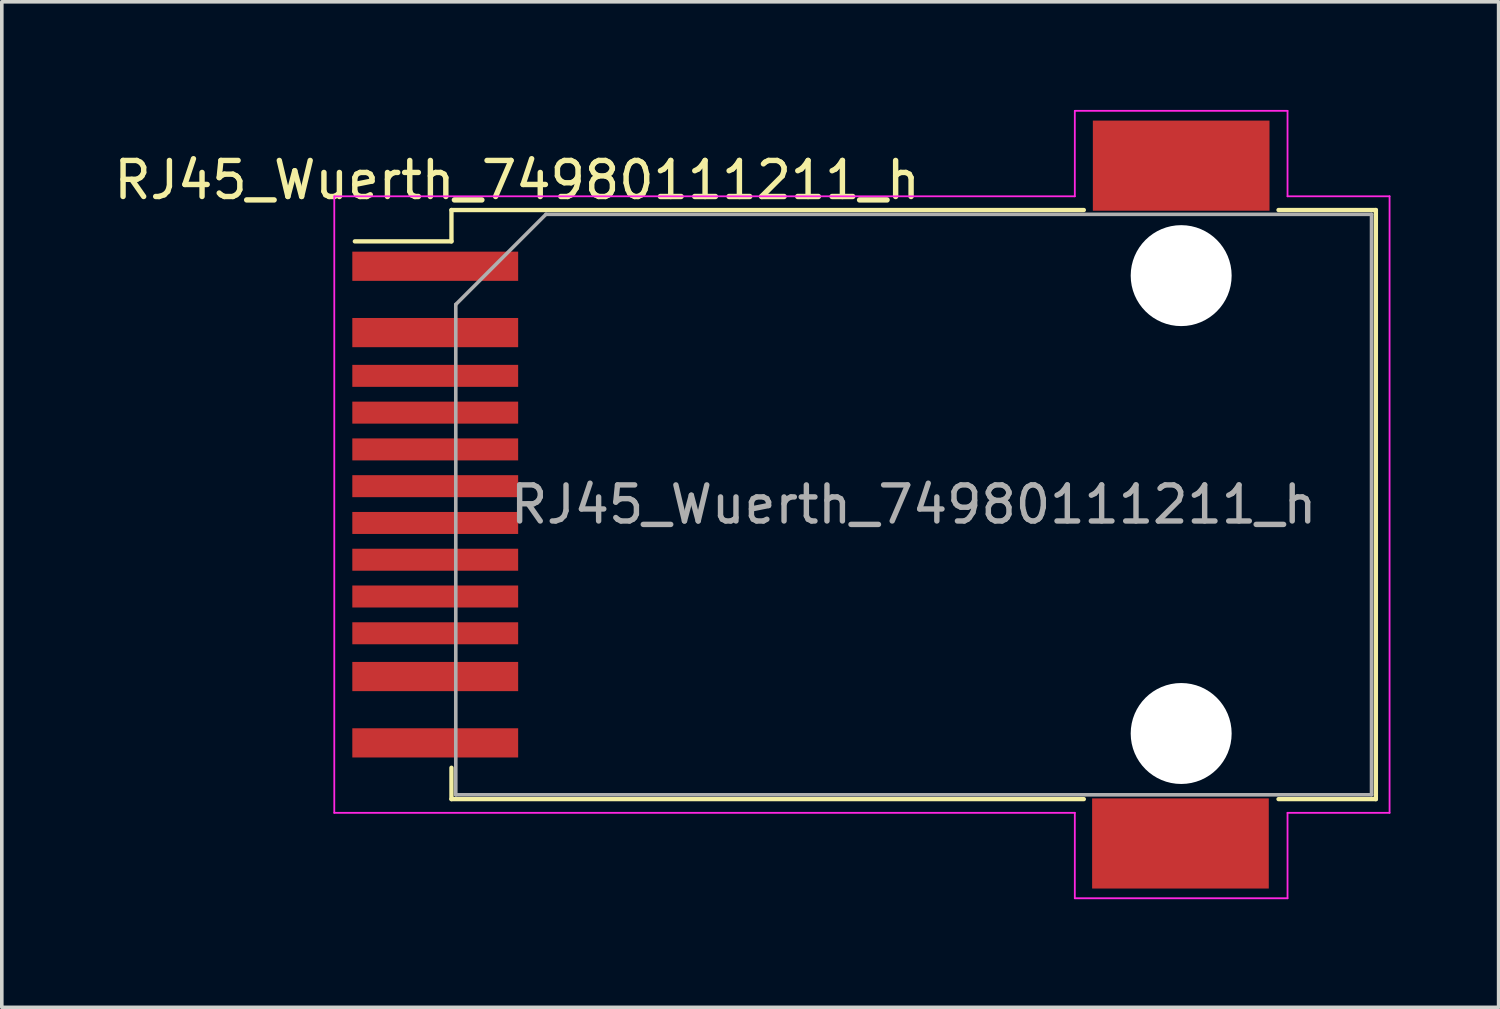
<source format=kicad_pcb>
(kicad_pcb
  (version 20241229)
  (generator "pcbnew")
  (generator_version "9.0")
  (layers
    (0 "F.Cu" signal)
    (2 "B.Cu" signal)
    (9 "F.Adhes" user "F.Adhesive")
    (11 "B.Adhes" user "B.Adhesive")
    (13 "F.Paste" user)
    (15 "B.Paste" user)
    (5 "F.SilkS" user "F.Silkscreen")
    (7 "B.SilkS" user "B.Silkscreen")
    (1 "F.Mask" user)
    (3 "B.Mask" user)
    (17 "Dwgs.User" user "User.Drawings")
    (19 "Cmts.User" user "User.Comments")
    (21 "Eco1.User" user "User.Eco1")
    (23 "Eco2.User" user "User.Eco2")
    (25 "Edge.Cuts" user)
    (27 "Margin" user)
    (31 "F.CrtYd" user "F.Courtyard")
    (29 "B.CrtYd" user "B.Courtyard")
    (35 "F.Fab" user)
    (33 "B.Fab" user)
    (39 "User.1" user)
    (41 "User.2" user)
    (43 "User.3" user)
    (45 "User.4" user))
  (footprint "RJ45_Wuerth_74980111211_h"
    (layer "F.Cu")
    (at 22.292 10.945)
    (property "Reference" "RJ45_Wuerth_74980111211_h" (at -11 -9 0) (layer "F.SilkS") (effects (font (size 1 1) (thickness 0.15))))
    (attr smd)
    (fp_line (start -12.82 -8.17) (end -12.82 -7.3) (stroke (width 0.12) (type solid)) (layer "F.SilkS"))
    (fp_line (start -12.82 -8.17) (end 4.72 -8.17) (stroke (width 0.12) (type solid)) (layer "F.SilkS"))
    (fp_line (start -12.82 -7.3) (end -15.5 -7.3) (stroke (width 0.12) (type solid)) (layer "F.SilkS"))
    (fp_line (start -12.82 8.17) (end -12.82 7.3) (stroke (width 0.12) (type solid)) (layer "F.SilkS"))
    (fp_line (start -12.82 8.17) (end 4.72 8.17) (stroke (width 0.12) (type solid)) (layer "F.SilkS"))
    (fp_line (start 12.82 -8.17) (end 10.12 -8.17) (stroke (width 0.12) (type solid)) (layer "F.SilkS"))
    (fp_line (start 12.82 -8.17) (end 12.82 8.17) (stroke (width 0.12) (type solid)) (layer "F.SilkS"))
    (fp_line (start 12.82 8.17) (end 10.12 8.17) (stroke (width 0.12) (type solid)) (layer "F.SilkS"))
    (fp_line (start -16.07 -8.55) (end -16.07 8.55) (stroke (width 0.05) (type solid)) (layer "F.CrtYd"))
    (fp_line (start -16.07 -8.55) (end 4.47 -8.55) (stroke (width 0.05) (type solid)) (layer "F.CrtYd"))
    (fp_line (start -16.07 8.55) (end 4.47 8.55) (stroke (width 0.05) (type solid)) (layer "F.CrtYd"))
    (fp_line (start 4.47 -10.92) (end 4.47 -8.55) (stroke (width 0.05) (type solid)) (layer "F.CrtYd"))
    (fp_line (start 4.47 -10.92) (end 10.37 -10.92) (stroke (width 0.05) (type solid)) (layer "F.CrtYd"))
    (fp_line (start 4.47 8.55) (end 4.47 10.92) (stroke (width 0.05) (type solid)) (layer "F.CrtYd"))
    (fp_line (start 4.47 10.92) (end 10.37 10.92) (stroke (width 0.05) (type solid)) (layer "F.CrtYd"))
    (fp_line (start 10.37 -10.92) (end 10.37 -8.55) (stroke (width 0.05) (type solid)) (layer "F.CrtYd"))
    (fp_line (start 10.37 8.55) (end 10.37 10.92) (stroke (width 0.05) (type solid)) (layer "F.CrtYd"))
    (fp_line (start 13.2 -8.55) (end 10.37 -8.55) (stroke (width 0.05) (type solid)) (layer "F.CrtYd"))
    (fp_line (start 13.2 -8.55) (end 13.2 8.55) (stroke (width 0.05) (type solid)) (layer "F.CrtYd"))
    (fp_line (start 13.2 8.55) (end 10.37 8.55) (stroke (width 0.05) (type solid)) (layer "F.CrtYd"))
    (fp_line (start -12.7 -5.55) (end -12.7 8.05) (stroke (width 0.1) (type solid)) (layer "F.Fab"))
    (fp_line (start -12.7 -5.55) (end -10.2 -8.05) (stroke (width 0.1) (type solid)) (layer "F.Fab"))
    (fp_line (start -12.7 8.05) (end 12.7 8.05) (stroke (width 0.1) (type solid)) (layer "F.Fab"))
    (fp_line (start 12.7 -8.05) (end -10.2 -8.05) (stroke (width 0.1) (type solid)) (layer "F.Fab"))
    (fp_line (start 12.7 8.05) (end 12.7 -8.05) (stroke (width 0.1) (type solid)) (layer "F.Fab"))
    (fp_text user "${REFERENCE}" (at 0 0 0) (layer "F.Fab") (effects (font (size 1 1) (thickness 0.15))))
    (pad "" np_thru_hole circle (at 7.42 -6.35) (size 2.8 2.8) (drill 2.8) (layers "*.Cu" "*.Mask"))
    (pad "" np_thru_hole circle (at 7.42 6.35) (size 2.8 2.8) (drill 2.8) (layers "*.Cu" "*.Mask"))
    (pad "1" smd rect (at -13.27 -6.61) (size 4.6 0.81) (layers "F.Cu" "F.Mask" "F.Paste"))
    (pad "2" smd rect (at -13.27 -4.77) (size 4.6 0.81) (layers "F.Cu" "F.Mask" "F.Paste"))
    (pad "3" smd rect (at -13.27 -3.57) (size 4.6 0.61) (layers "F.Cu" "F.Mask" "F.Paste"))
    (pad "4" smd rect (at -13.27 -2.55) (size 4.6 0.61) (layers "F.Cu" "F.Mask" "F.Paste"))
    (pad "5" smd rect (at -13.27 -1.53) (size 4.6 0.61) (layers "F.Cu" "F.Mask" "F.Paste"))
    (pad "6" smd rect (at -13.27 -0.51) (size 4.6 0.61) (layers "F.Cu" "F.Mask" "F.Paste"))
    (pad "7" smd rect (at -13.27 0.51) (size 4.6 0.61) (layers "F.Cu" "F.Mask" "F.Paste"))
    (pad "8" smd rect (at -13.27 1.53) (size 4.6 0.61) (layers "F.Cu" "F.Mask" "F.Paste"))
    (pad "9" smd rect (at -13.27 2.55) (size 4.6 0.61) (layers "F.Cu" "F.Mask" "F.Paste"))
    (pad "10" smd rect (at -13.27 3.57) (size 4.6 0.61) (layers "F.Cu" "F.Mask" "F.Paste"))
    (pad "11" smd rect (at -13.27 4.77) (size 4.6 0.81) (layers "F.Cu" "F.Mask" "F.Paste"))
    (pad "12" smd rect (at -13.27 6.61) (size 4.6 0.81) (layers "F.Cu" "F.Mask" "F.Paste"))
    (pad "SH" smd rect (at 7.4 9.4) (size 4.9 2.5) (layers "F.Cu" "F.Mask" "F.Paste"))
    (pad "SH" smd rect (at 7.42 -9.4) (size 4.9 2.5) (layers "F.Cu" "F.Mask" "F.Paste")))
  (gr_rect
    (start -3 -3)
    (end 38.517 24.89)
    (stroke (width 0.1) (type default))
    (fill no)
    (layer "Edge.Cuts")))
</source>
